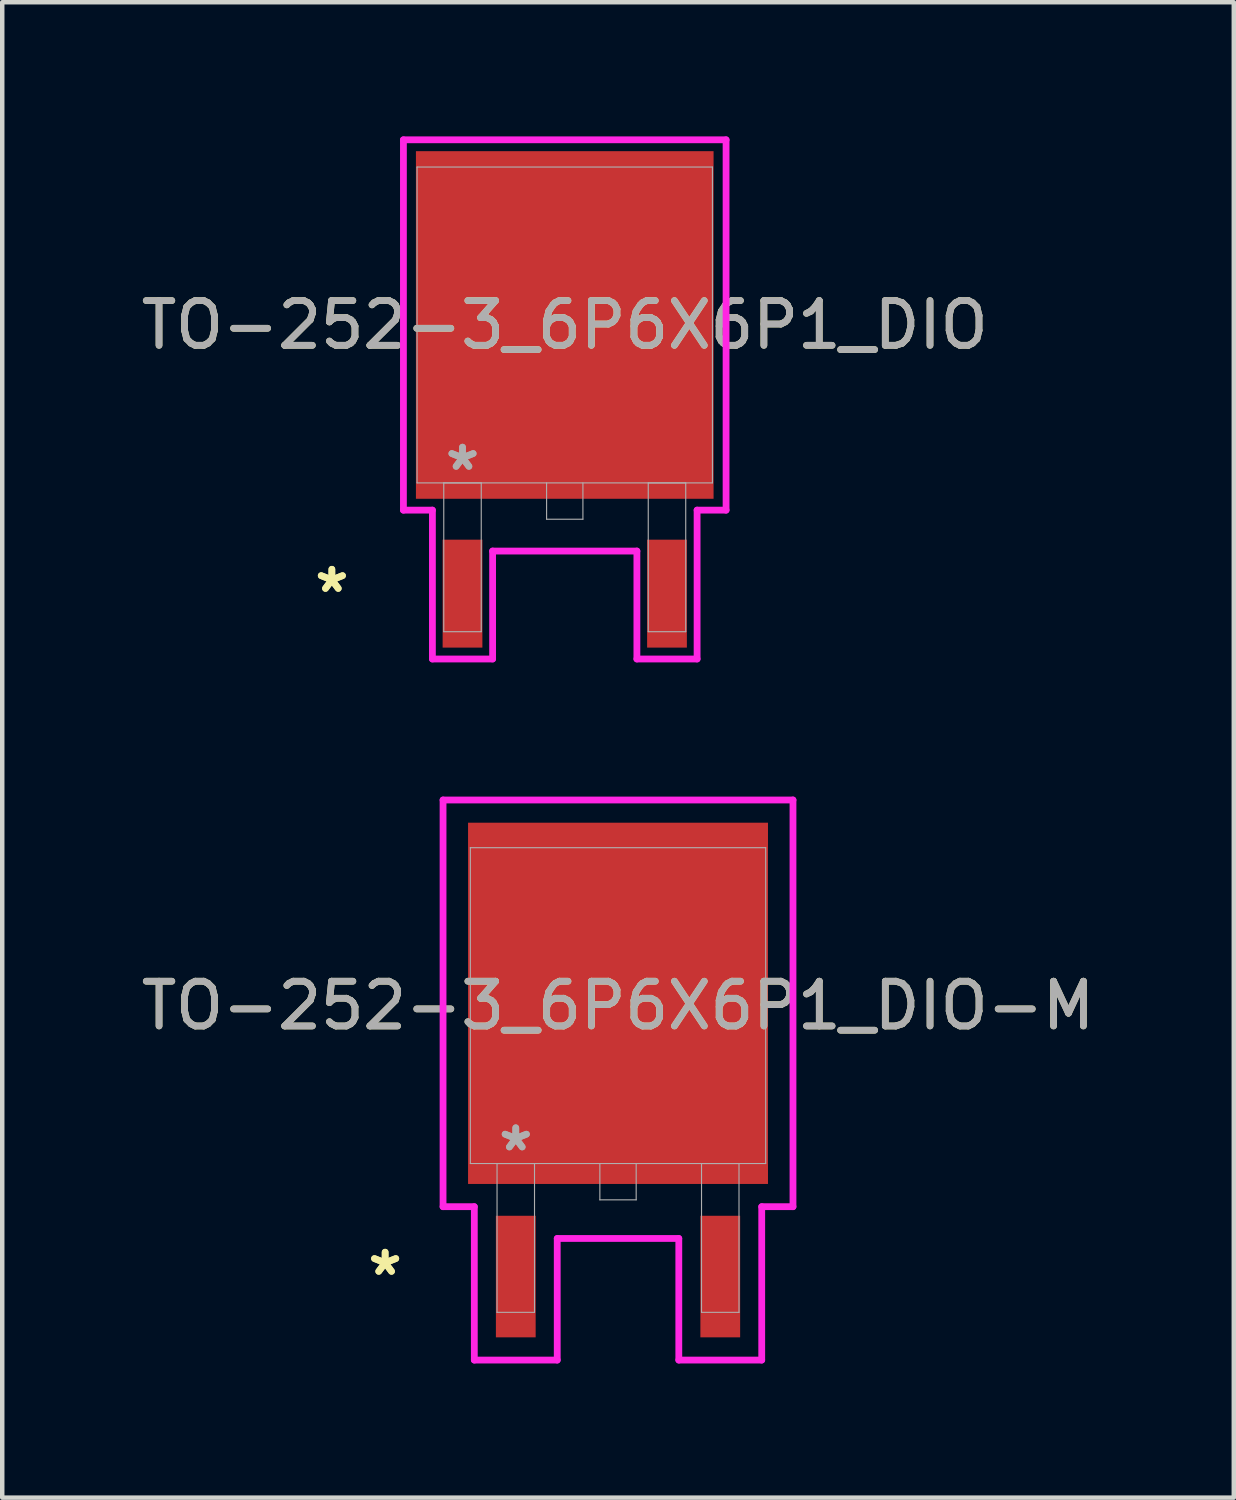
<source format=kicad_pcb>
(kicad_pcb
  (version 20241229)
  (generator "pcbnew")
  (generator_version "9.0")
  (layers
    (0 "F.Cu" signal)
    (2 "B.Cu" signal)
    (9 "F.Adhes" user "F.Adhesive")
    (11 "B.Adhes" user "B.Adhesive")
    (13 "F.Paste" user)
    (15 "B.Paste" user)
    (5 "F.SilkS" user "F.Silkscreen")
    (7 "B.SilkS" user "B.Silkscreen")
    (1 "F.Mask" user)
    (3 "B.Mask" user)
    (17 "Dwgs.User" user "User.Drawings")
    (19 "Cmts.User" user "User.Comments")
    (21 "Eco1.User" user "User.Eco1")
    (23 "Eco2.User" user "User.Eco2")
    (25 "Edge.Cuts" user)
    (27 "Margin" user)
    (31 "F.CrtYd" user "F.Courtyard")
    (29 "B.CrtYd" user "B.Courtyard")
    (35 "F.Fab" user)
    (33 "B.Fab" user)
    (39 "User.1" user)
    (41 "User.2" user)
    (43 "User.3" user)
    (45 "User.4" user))
  (footprint "TO-252-3_6P6X6P1_DIO"
    (layer "F.Cu")
    (at 9.577 4.216)
    (property "Reference" "TO-252-3_6P6X6P1_DIO" (at 0 0 0) (unlocked yes) (layer "F.SilkS") (effects (font (size 1 1) (thickness 0.15))))
    (attr smd)
    (fp_line (start -3.607 -4.14) (end 3.607 -4.14) (stroke (width 0.152) (type solid)) (layer "F.CrtYd"))
    (fp_line (start -3.607 4.14) (end -3.607 -4.14) (stroke (width 0.152) (type solid)) (layer "F.CrtYd"))
    (fp_line (start -2.959 4.14) (end -3.607 4.14) (stroke (width 0.152) (type solid)) (layer "F.CrtYd"))
    (fp_line (start -2.959 7.468) (end -2.959 4.14) (stroke (width 0.152) (type solid)) (layer "F.CrtYd"))
    (fp_line (start -1.613 5.055) (end -1.613 7.468) (stroke (width 0.152) (type solid)) (layer "F.CrtYd"))
    (fp_line (start -1.613 7.468) (end -2.959 7.468) (stroke (width 0.152) (type solid)) (layer "F.CrtYd"))
    (fp_line (start 1.613 5.055) (end -1.613 5.055) (stroke (width 0.152) (type solid)) (layer "F.CrtYd"))
    (fp_line (start 1.613 7.468) (end 1.613 5.055) (stroke (width 0.152) (type solid)) (layer "F.CrtYd"))
    (fp_line (start 2.959 4.14) (end 2.959 7.468) (stroke (width 0.152) (type solid)) (layer "F.CrtYd"))
    (fp_line (start 2.959 7.468) (end 1.613 7.468) (stroke (width 0.152) (type solid)) (layer "F.CrtYd"))
    (fp_line (start 3.607 -4.14) (end 3.607 4.14) (stroke (width 0.152) (type solid)) (layer "F.CrtYd"))
    (fp_line (start 3.607 4.14) (end 2.959 4.14) (stroke (width 0.152) (type solid)) (layer "F.CrtYd"))
    (fp_line (start -3.302 -3.531) (end -3.302 3.531) (stroke (width 0.025) (type solid)) (layer "F.Fab"))
    (fp_line (start -3.302 3.531) (end 3.302 3.531) (stroke (width 0.025) (type solid)) (layer "F.Fab"))
    (fp_line (start -2.705 3.531) (end -2.705 6.858) (stroke (width 0.025) (type solid)) (layer "F.Fab"))
    (fp_line (start -2.705 6.858) (end -1.867 6.858) (stroke (width 0.025) (type solid)) (layer "F.Fab"))
    (fp_line (start -1.867 3.531) (end -2.705 3.531) (stroke (width 0.025) (type solid)) (layer "F.Fab"))
    (fp_line (start -1.867 6.858) (end -1.867 3.531) (stroke (width 0.025) (type solid)) (layer "F.Fab"))
    (fp_line (start -0.406 3.531) (end -0.406 4.343) (stroke (width 0.025) (type solid)) (layer "F.Fab"))
    (fp_line (start -0.406 4.343) (end 0.406 4.343) (stroke (width 0.025) (type solid)) (layer "F.Fab"))
    (fp_line (start 0.406 4.343) (end 0.406 3.531) (stroke (width 0.025) (type solid)) (layer "F.Fab"))
    (fp_line (start 1.867 3.531) (end 1.867 6.858) (stroke (width 0.025) (type solid)) (layer "F.Fab"))
    (fp_line (start 1.867 6.858) (end 2.705 6.858) (stroke (width 0.025) (type solid)) (layer "F.Fab"))
    (fp_line (start 2.705 3.531) (end 1.867 3.531) (stroke (width 0.025) (type solid)) (layer "F.Fab"))
    (fp_line (start 2.705 6.858) (end 2.705 3.531) (stroke (width 0.025) (type solid)) (layer "F.Fab"))
    (fp_line (start 3.302 -3.531) (end -3.302 -3.531) (stroke (width 0.025) (type solid)) (layer "F.Fab"))
    (fp_line (start 3.302 3.531) (end 3.302 -3.531) (stroke (width 0.025) (type solid)) (layer "F.Fab"))
    (fp_text user "*" (at -5.207 6.007 0) (unlocked yes) (layer "F.SilkS") (effects (font (size 1 1) (thickness 0.15))))
    (fp_text user "*" (at -5.207 6.007 0) (layer "F.SilkS") (effects (font (size 1 1) (thickness 0.15))))
    (fp_text user "${REFERENCE}" (at 0 0 0) (unlocked yes) (layer "F.Fab") (effects (font (size 1 1) (thickness 0.15))))
    (fp_text user "*" (at -2.286 3.277 0) (unlocked yes) (layer "F.Fab") (effects (font (size 1 1) (thickness 0.15))))
    (fp_text user "*" (at -2.286 3.277 0) (layer "F.Fab") (effects (font (size 1 1) (thickness 0.15))))
    (pad "1" smd rect (at -2.286 6.007) (size 0.889 2.413) (layers "F.Cu" "F.Mask" "F.Paste"))
    (pad "2" smd rect (at 0 0) (size 6.655 7.772) (layers "F.Cu" "F.Mask" "F.Paste"))
    (pad "3" smd rect (at 2.286 6.007) (size 0.889 2.413) (layers "F.Cu" "F.Mask" "F.Paste")))
  (footprint "TO-252-3_6P6X6P1_DIO-M"
    (layer "F.Cu")
    (at 10.768 19.434)
    (property "Reference" "TO-252-3_6P6X6P1_DIO-M" (at 0 0 0) (unlocked yes) (layer "F.SilkS") (effects (font (size 1 1) (thickness 0.15))))
    (attr smd)
    (fp_line (start -3.912 -4.597) (end 3.912 -4.597) (stroke (width 0.152) (type solid)) (layer "F.CrtYd"))
    (fp_line (start -3.912 4.496) (end -3.912 -4.597) (stroke (width 0.152) (type solid)) (layer "F.CrtYd"))
    (fp_line (start -3.213 4.496) (end -3.912 4.496) (stroke (width 0.152) (type solid)) (layer "F.CrtYd"))
    (fp_line (start -3.213 7.925) (end -3.213 4.496) (stroke (width 0.152) (type solid)) (layer "F.CrtYd"))
    (fp_line (start -1.359 5.207) (end -1.359 7.925) (stroke (width 0.152) (type solid)) (layer "F.CrtYd"))
    (fp_line (start -1.359 7.925) (end -3.213 7.925) (stroke (width 0.152) (type solid)) (layer "F.CrtYd"))
    (fp_line (start 1.359 5.207) (end -1.359 5.207) (stroke (width 0.152) (type solid)) (layer "F.CrtYd"))
    (fp_line (start 1.359 7.925) (end 1.359 5.207) (stroke (width 0.152) (type solid)) (layer "F.CrtYd"))
    (fp_line (start 3.213 4.496) (end 3.213 7.925) (stroke (width 0.152) (type solid)) (layer "F.CrtYd"))
    (fp_line (start 3.213 7.925) (end 1.359 7.925) (stroke (width 0.152) (type solid)) (layer "F.CrtYd"))
    (fp_line (start 3.912 -4.597) (end 3.912 4.496) (stroke (width 0.152) (type solid)) (layer "F.CrtYd"))
    (fp_line (start 3.912 4.496) (end 3.213 4.496) (stroke (width 0.152) (type solid)) (layer "F.CrtYd"))
    (fp_line (start -3.302 -3.531) (end -3.302 3.531) (stroke (width 0.025) (type solid)) (layer "F.Fab"))
    (fp_line (start -3.302 3.531) (end 3.302 3.531) (stroke (width 0.025) (type solid)) (layer "F.Fab"))
    (fp_line (start -2.705 3.531) (end -2.705 6.858) (stroke (width 0.025) (type solid)) (layer "F.Fab"))
    (fp_line (start -2.705 6.858) (end -1.867 6.858) (stroke (width 0.025) (type solid)) (layer "F.Fab"))
    (fp_line (start -1.867 3.531) (end -2.705 3.531) (stroke (width 0.025) (type solid)) (layer "F.Fab"))
    (fp_line (start -1.867 6.858) (end -1.867 3.531) (stroke (width 0.025) (type solid)) (layer "F.Fab"))
    (fp_line (start -0.406 3.531) (end -0.406 4.343) (stroke (width 0.025) (type solid)) (layer "F.Fab"))
    (fp_line (start -0.406 4.343) (end 0.406 4.343) (stroke (width 0.025) (type solid)) (layer "F.Fab"))
    (fp_line (start 0.406 4.343) (end 0.406 3.531) (stroke (width 0.025) (type solid)) (layer "F.Fab"))
    (fp_line (start 1.867 3.531) (end 1.867 6.858) (stroke (width 0.025) (type solid)) (layer "F.Fab"))
    (fp_line (start 1.867 6.858) (end 2.705 6.858) (stroke (width 0.025) (type solid)) (layer "F.Fab"))
    (fp_line (start 2.705 3.531) (end 1.867 3.531) (stroke (width 0.025) (type solid)) (layer "F.Fab"))
    (fp_line (start 2.705 6.858) (end 2.705 3.531) (stroke (width 0.025) (type solid)) (layer "F.Fab"))
    (fp_line (start 3.302 -3.531) (end -3.302 -3.531) (stroke (width 0.025) (type solid)) (layer "F.Fab"))
    (fp_line (start 3.302 3.531) (end 3.302 -3.531) (stroke (width 0.025) (type solid)) (layer "F.Fab"))
    (fp_text user "*" (at -5.207 6.058 0) (layer "F.SilkS") (effects (font (size 1 1) (thickness 0.15))))
    (fp_text user "*" (at -5.207 6.058 0) (unlocked yes) (layer "F.SilkS") (effects (font (size 1 1) (thickness 0.15))))
    (fp_text user "${REFERENCE}" (at 0 0 0) (unlocked yes) (layer "F.Fab") (effects (font (size 1 1) (thickness 0.15))))
    (fp_text user "*" (at -2.286 3.277 0) (unlocked yes) (layer "F.Fab") (effects (font (size 1 1) (thickness 0.15))))
    (fp_text user "*" (at -2.286 3.277 0) (layer "F.Fab") (effects (font (size 1 1) (thickness 0.15))))
    (pad "1" smd rect (at -2.286 6.058) (size 0.889 2.718) (layers "F.Cu" "F.Mask" "F.Paste"))
    (pad "2" smd rect (at 0 -0.051) (size 6.706 8.077) (layers "F.Cu" "F.Mask" "F.Paste"))
    (pad "3" smd rect (at 2.286 6.058) (size 0.889 2.718) (layers "F.Cu" "F.Mask" "F.Paste")))
  (gr_rect
    (start -3 -3)
    (end 24.536 30.435)
    (stroke (width 0.1) (type default))
    (fill no)
    (layer "Edge.Cuts")))
</source>
